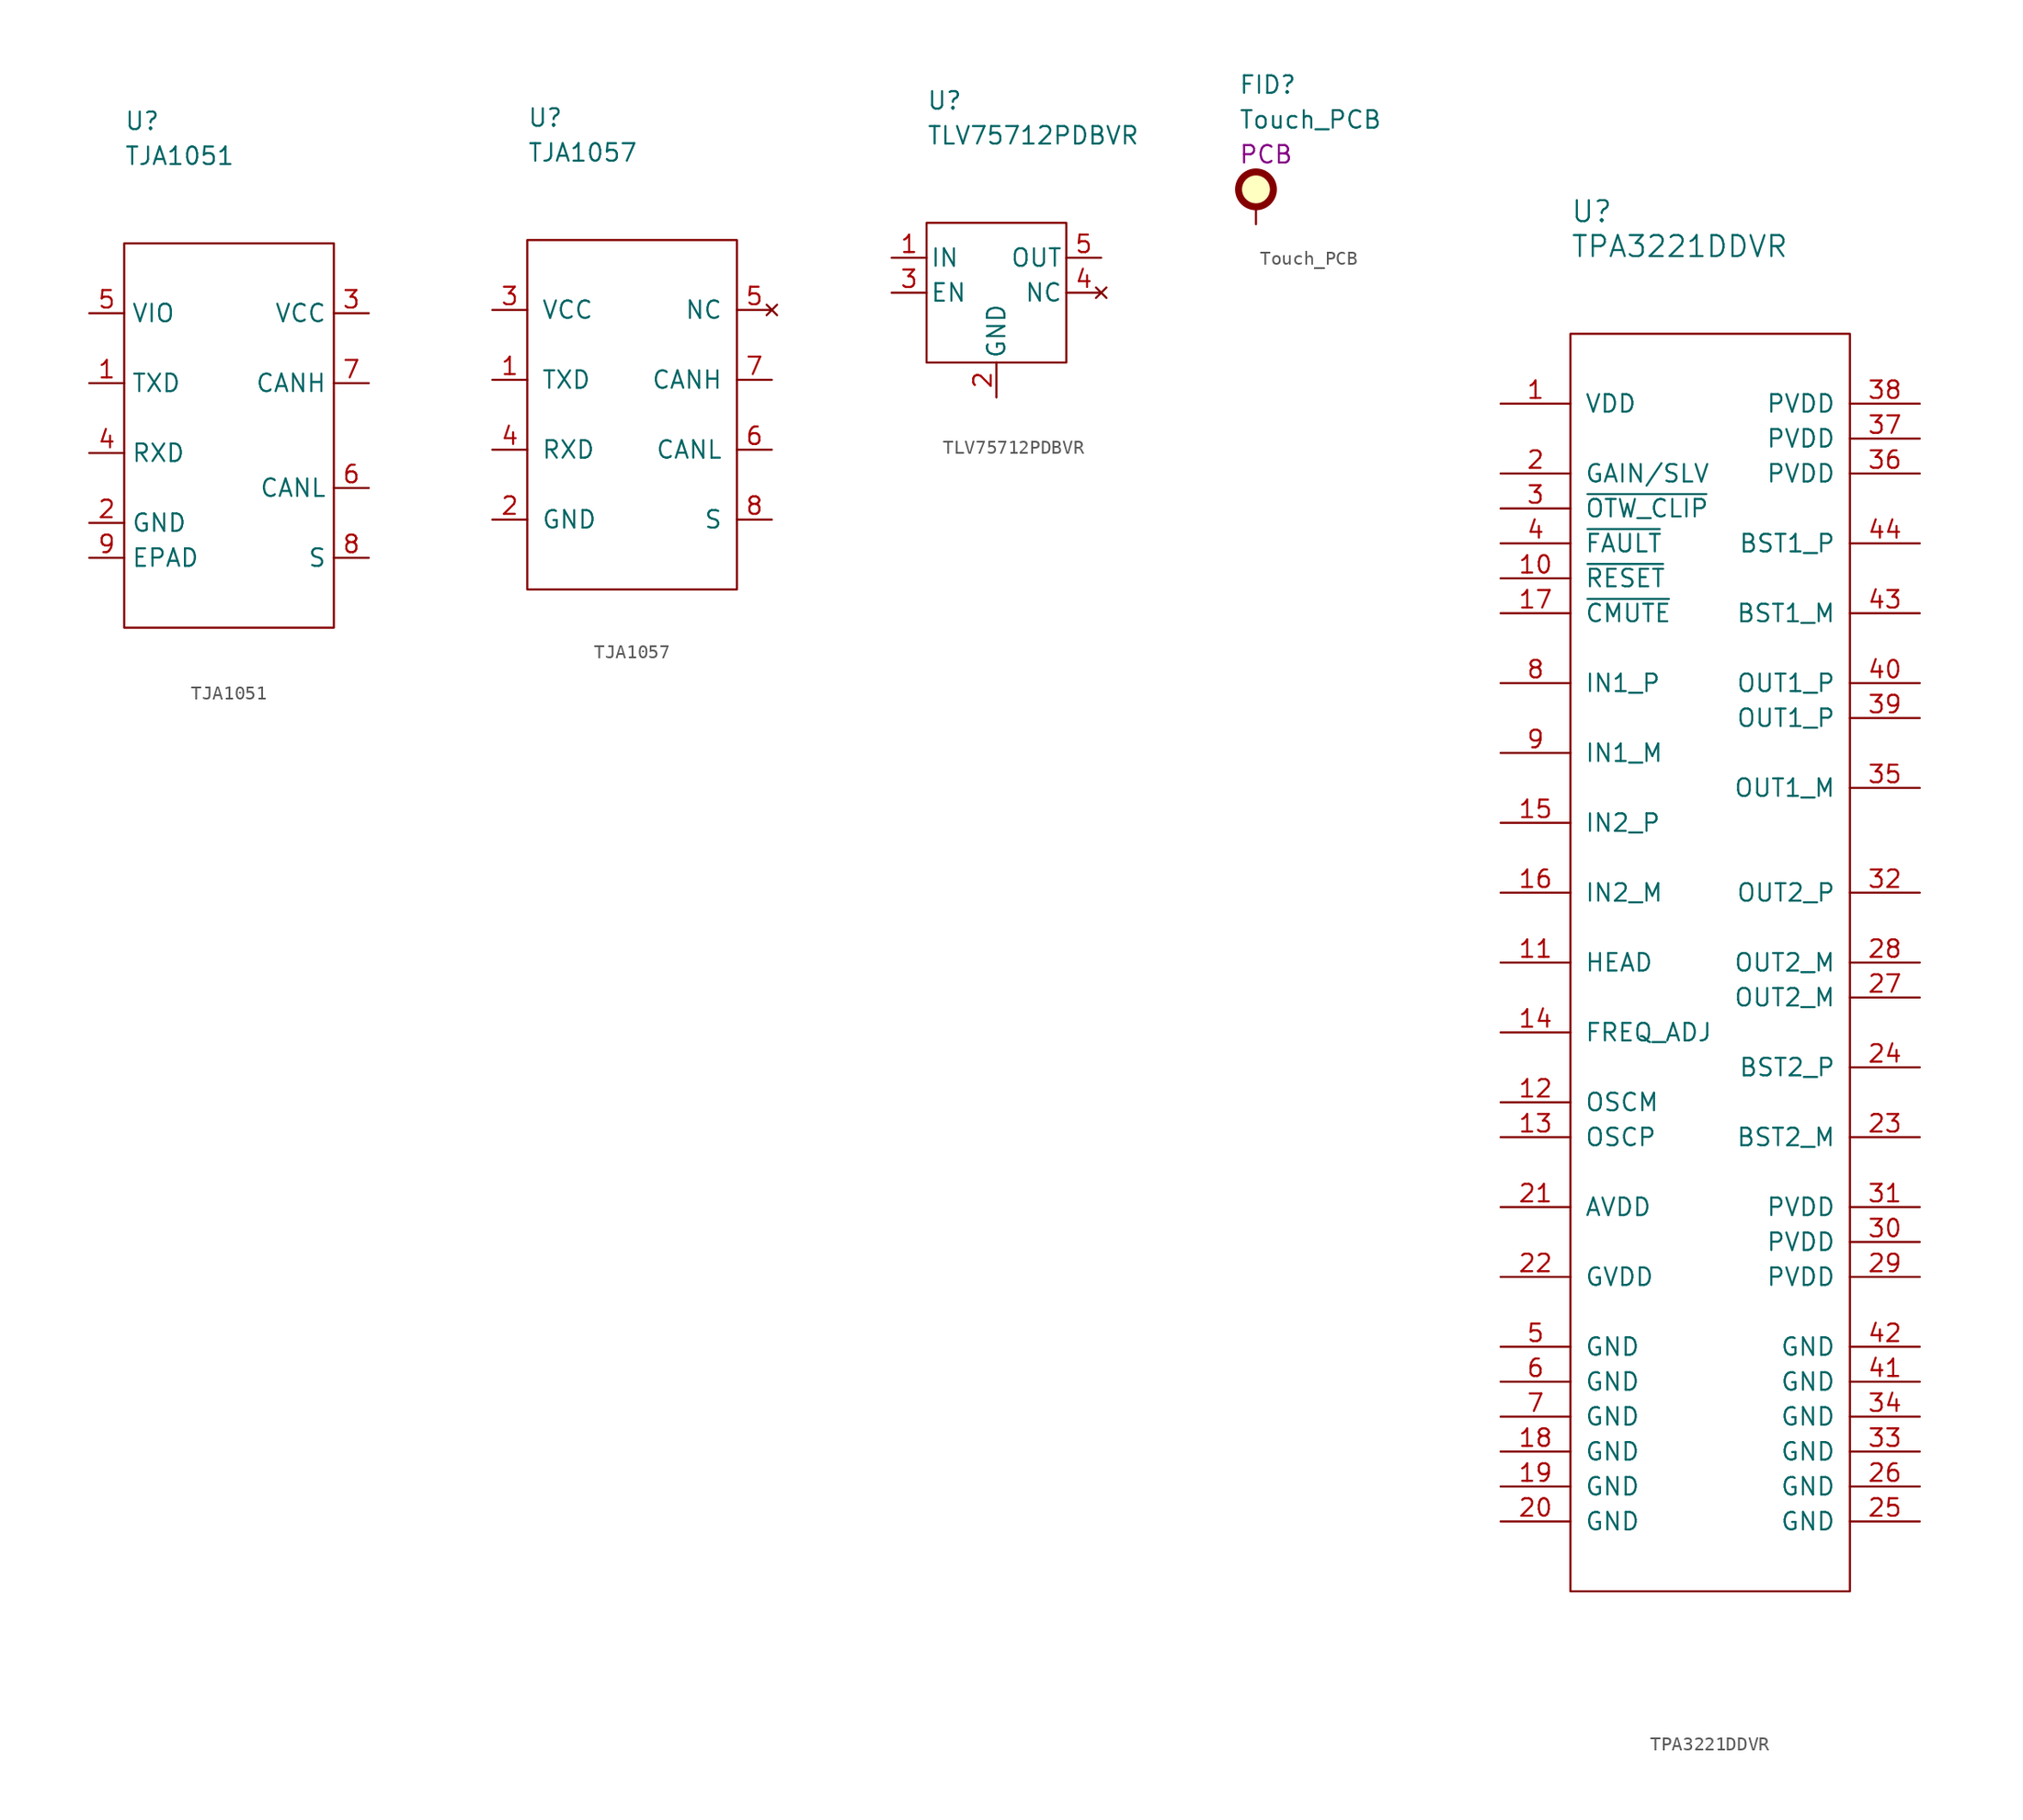
<source format=kicad_sym>
(kicad_symbol_lib
  (version 20211014)
  (generator kicad_symbol_editor)
  (symbol "TJA1051"
    (property "Reference" "U"
      (at 0 8.89 0)
      (effects (font (size 1.27 1.27)) (justify left)))
    (property "Value" "TJA1051"
      (at 0 6.35 0)
      (effects (font (size 1.27 1.27)) (justify left)))
    (symbol "TJA1051_0_1"
      (rectangle (start 0 0) (end 15.24 -27.94) (stroke (width 0) (type default) (color 0 0 0 0)) (fill (type none))))
    (symbol "TJA1051_1_1"
      (pin passive line (at -2.54 -10.16 0) (length 2.54) (name "TXD" (effects (font (size 1.27 1.27)))) (number "1" (effects (font (size 1.27 1.27)))))
      (pin passive line (at -2.54 -20.32 0) (length 2.54) (name "GND" (effects (font (size 1.27 1.27)))) (number "2" (effects (font (size 1.27 1.27)))))
      (pin passive line (at 17.78 -5.08 180) (length 2.54) (name "VCC" (effects (font (size 1.27 1.27)))) (number "3" (effects (font (size 1.27 1.27)))))
      (pin passive line (at -2.54 -15.24 0) (length 2.54) (name "RXD" (effects (font (size 1.27 1.27)))) (number "4" (effects (font (size 1.27 1.27)))))
      (pin passive line (at -2.54 -5.08 0) (length 2.54) (name "VIO" (effects (font (size 1.27 1.27)))) (number "5" (effects (font (size 1.27 1.27)))))
      (pin passive line (at 17.78 -17.78 180) (length 2.54) (name "CANL" (effects (font (size 1.27 1.27)))) (number "6" (effects (font (size 1.27 1.27)))))
      (pin passive line (at 17.78 -10.16 180) (length 2.54) (name "CANH" (effects (font (size 1.27 1.27)))) (number "7" (effects (font (size 1.27 1.27)))))
      (pin passive line (at 17.78 -22.86 180) (length 2.54) (name "S" (effects (font (size 1.27 1.27)))) (number "8" (effects (font (size 1.27 1.27)))))
      (pin passive line (at -2.54 -22.86 0) (length 2.54) (name "EPAD" (effects (font (size 1.27 1.27)))) (number "9" (effects (font (size 1.27 1.27)))))))
  (symbol "TJA1057"
    (pin_names
      (offset 1.016))
    (property "Reference" "U"
      (at 0 8.89 0)
      (effects (font (size 1.27 1.27)) (justify left)))
    (property "Value" "TJA1057"
      (at 0 6.35 0)
      (effects (font (size 1.27 1.27)) (justify left)))
    (symbol "TJA1057_0_1"
      (rectangle (start 0 0) (end 15.24 -25.4) (stroke (width 0.152) (type default) (color 0 0 0 0)) (fill (type none))))
    (symbol "TJA1057_1_1"
      (pin passive line (at -2.54 -10.16 0) (length 2.54) (name "TXD" (effects (font (size 1.27 1.27)))) (number "1" (effects (font (size 1.27 1.27)))))
      (pin passive line (at -2.54 -20.32 0) (length 2.54) (name "GND" (effects (font (size 1.27 1.27)))) (number "2" (effects (font (size 1.27 1.27)))))
      (pin passive line (at -2.54 -5.08 0) (length 2.54) (name "VCC" (effects (font (size 1.27 1.27)))) (number "3" (effects (font (size 1.27 1.27)))))
      (pin passive line (at -2.54 -15.24 0) (length 2.54) (name "RXD" (effects (font (size 1.27 1.27)))) (number "4" (effects (font (size 1.27 1.27)))))
      (pin no_connect line (at 17.78 -5.08 180) (length 2.54) (name "NC" (effects (font (size 1.27 1.27)))) (number "5" (effects (font (size 1.27 1.27)))))
      (pin passive line (at 17.78 -15.24 180) (length 2.54) (name "CANL" (effects (font (size 1.27 1.27)))) (number "6" (effects (font (size 1.27 1.27)))))
      (pin passive line (at 17.78 -10.16 180) (length 2.54) (name "CANH" (effects (font (size 1.27 1.27)))) (number "7" (effects (font (size 1.27 1.27)))))
      (pin passive line (at 17.78 -20.32 180) (length 2.54) (name "S" (effects (font (size 1.27 1.27)))) (number "8" (effects (font (size 1.27 1.27)))))))
  (symbol "TLV75712PDBVR"
    (pin_names
      (offset 0.254))
    (property "Reference" "U"
      (at 0 8.89 0)
      (effects (font (size 1.27 1.27)) (justify left)))
    (property "Value" "TLV75712PDBVR"
      (at 0 6.35 0)
      (effects (font (size 1.27 1.27)) (justify left)))
    (symbol "TLV75712PDBVR_0_1"
      (rectangle (start 0 0) (end 10.16 -10.16) (stroke (width 0.152) (type default) (color 0 0 0 0)) (fill (type none))))
    (symbol "TLV75712PDBVR_1_1"
      (pin passive line (at -2.54 -2.54 0) (length 2.54) (name "IN" (effects (font (size 1.27 1.27)))) (number "1" (effects (font (size 1.27 1.27)))))
      (pin passive line (at 5.08 -12.7 90) (length 2.54) (name "GND" (effects (font (size 1.27 1.27)))) (number "2" (effects (font (size 1.27 1.27)))))
      (pin passive line (at -2.54 -5.08 0) (length 2.54) (name "EN" (effects (font (size 1.27 1.27)))) (number "3" (effects (font (size 1.27 1.27)))))
      (pin no_connect line (at 12.7 -5.08 180) (length 2.54) (name "NC" (effects (font (size 1.27 1.27)))) (number "4" (effects (font (size 1.27 1.27)))))
      (pin passive line (at 12.7 -2.54 180) (length 2.54) (name "OUT" (effects (font (size 1.27 1.27)))) (number "5" (effects (font (size 1.27 1.27)))))))
  (symbol "Touch_PCB"
    (pin_numbers hide)
    (property "Reference" "FID"
      (at -1.27 7.62 0)
      (effects (font (size 1.27 1.27)) (justify left)))
    (property "Value" "Touch_PCB"
      (at -1.27 5.08 0)
      (effects (font (size 1.27 1.27)) (justify left)))
    (property "Category" "PCB"
      (at -1.27 2.54 0)
      (effects (font (size 1.27 1.27)) (justify left)))
    (symbol "Touch_PCB_0_1"
      (circle (center 0 0) (radius 1.27) (stroke (width 0.508) (type default) (color 0 0 0 0)) (fill (type background))))
    (symbol "Touch_PCB_1_1"
      (pin passive line (at 0 -2.54 90) (length 1.27) (name "~" (effects (font (size 1.27 1.27)))) (number "1" (effects (font (size 1.27 1.27)))))))
  (symbol "TPA3221DDVR"
    (pin_names
      (offset 1.016))
    (property "Reference" "U"
      (at 0 8.89 0)
      (effects (font (size 1.524 1.524)) (justify left)))
    (property "Value" "TPA3221DDVR"
      (at 0 6.35 0)
      (effects (font (size 1.524 1.524)) (justify left)))
    (symbol "TPA3221DDVR_1_1"
      (rectangle (start 0 0) (end 20.32 -91.44) (stroke (width 0) (type default) (color 0 0 0 0)) (fill (type none)))
      (pin passive line (at -5.08 -5.08 0) (length 5.08) (name "VDD" (effects (font (size 1.27 1.27)))) (number "1" (effects (font (size 1.27 1.27)))))
      (pin passive line (at -5.08 -17.78 0) (length 5.08) (name "~{RESET}" (effects (font (size 1.27 1.27)))) (number "10" (effects (font (size 1.27 1.27)))))
      (pin passive line (at -5.08 -45.72 0) (length 5.08) (name "HEAD" (effects (font (size 1.27 1.27)))) (number "11" (effects (font (size 1.27 1.27)))))
      (pin passive line (at -5.08 -55.88 0) (length 5.08) (name "OSCM" (effects (font (size 1.27 1.27)))) (number "12" (effects (font (size 1.27 1.27)))))
      (pin passive line (at -5.08 -58.42 0) (length 5.08) (name "OSCP" (effects (font (size 1.27 1.27)))) (number "13" (effects (font (size 1.27 1.27)))))
      (pin passive line (at -5.08 -50.8 0) (length 5.08) (name "FREQ_ADJ" (effects (font (size 1.27 1.27)))) (number "14" (effects (font (size 1.27 1.27)))))
      (pin passive line (at -5.08 -35.56 0) (length 5.08) (name "IN2_P" (effects (font (size 1.27 1.27)))) (number "15" (effects (font (size 1.27 1.27)))))
      (pin passive line (at -5.08 -40.64 0) (length 5.08) (name "IN2_M" (effects (font (size 1.27 1.27)))) (number "16" (effects (font (size 1.27 1.27)))))
      (pin passive line (at -5.08 -20.32 0) (length 5.08) (name "~{CMUTE}" (effects (font (size 1.27 1.27)))) (number "17" (effects (font (size 1.27 1.27)))))
      (pin passive line (at -5.08 -81.28 0) (length 5.08) (name "GND" (effects (font (size 1.27 1.27)))) (number "18" (effects (font (size 1.27 1.27)))))
      (pin passive line (at -5.08 -83.82 0) (length 5.08) (name "GND" (effects (font (size 1.27 1.27)))) (number "19" (effects (font (size 1.27 1.27)))))
      (pin passive line (at -5.08 -10.16 0) (length 5.08) (name "GAIN/SLV" (effects (font (size 1.27 1.27)))) (number "2" (effects (font (size 1.27 1.27)))))
      (pin passive line (at -5.08 -86.36 0) (length 5.08) (name "GND" (effects (font (size 1.27 1.27)))) (number "20" (effects (font (size 1.27 1.27)))))
      (pin passive line (at -5.08 -63.5 0) (length 5.08) (name "AVDD" (effects (font (size 1.27 1.27)))) (number "21" (effects (font (size 1.27 1.27)))))
      (pin passive line (at -5.08 -68.58 0) (length 5.08) (name "GVDD" (effects (font (size 1.27 1.27)))) (number "22" (effects (font (size 1.27 1.27)))))
      (pin passive line (at 25.4 -58.42 180) (length 5.08) (name "BST2_M" (effects (font (size 1.27 1.27)))) (number "23" (effects (font (size 1.27 1.27)))))
      (pin passive line (at 25.4 -53.34 180) (length 5.08) (name "BST2_P" (effects (font (size 1.27 1.27)))) (number "24" (effects (font (size 1.27 1.27)))))
      (pin passive line (at 25.4 -86.36 180) (length 5.08) (name "GND" (effects (font (size 1.27 1.27)))) (number "25" (effects (font (size 1.27 1.27)))))
      (pin passive line (at 25.4 -83.82 180) (length 5.08) (name "GND" (effects (font (size 1.27 1.27)))) (number "26" (effects (font (size 1.27 1.27)))))
      (pin passive line (at 25.4 -48.26 180) (length 5.08) (name "OUT2_M" (effects (font (size 1.27 1.27)))) (number "27" (effects (font (size 1.27 1.27)))))
      (pin passive line (at 25.4 -45.72 180) (length 5.08) (name "OUT2_M" (effects (font (size 1.27 1.27)))) (number "28" (effects (font (size 1.27 1.27)))))
      (pin passive line (at 25.4 -68.58 180) (length 5.08) (name "PVDD" (effects (font (size 1.27 1.27)))) (number "29" (effects (font (size 1.27 1.27)))))
      (pin passive line (at -5.08 -12.7 0) (length 5.08) (name "~{OTW_CLIP}" (effects (font (size 1.27 1.27)))) (number "3" (effects (font (size 1.27 1.27)))))
      (pin passive line (at 25.4 -66.04 180) (length 5.08) (name "PVDD" (effects (font (size 1.27 1.27)))) (number "30" (effects (font (size 1.27 1.27)))))
      (pin passive line (at 25.4 -63.5 180) (length 5.08) (name "PVDD" (effects (font (size 1.27 1.27)))) (number "31" (effects (font (size 1.27 1.27)))))
      (pin passive line (at 25.4 -40.64 180) (length 5.08) (name "OUT2_P" (effects (font (size 1.27 1.27)))) (number "32" (effects (font (size 1.27 1.27)))))
      (pin passive line (at 25.4 -81.28 180) (length 5.08) (name "GND" (effects (font (size 1.27 1.27)))) (number "33" (effects (font (size 1.27 1.27)))))
      (pin passive line (at 25.4 -78.74 180) (length 5.08) (name "GND" (effects (font (size 1.27 1.27)))) (number "34" (effects (font (size 1.27 1.27)))))
      (pin passive line (at 25.4 -33.02 180) (length 5.08) (name "OUT1_M" (effects (font (size 1.27 1.27)))) (number "35" (effects (font (size 1.27 1.27)))))
      (pin passive line (at 25.4 -10.16 180) (length 5.08) (name "PVDD" (effects (font (size 1.27 1.27)))) (number "36" (effects (font (size 1.27 1.27)))))
      (pin passive line (at 25.4 -7.62 180) (length 5.08) (name "PVDD" (effects (font (size 1.27 1.27)))) (number "37" (effects (font (size 1.27 1.27)))))
      (pin passive line (at 25.4 -5.08 180) (length 5.08) (name "PVDD" (effects (font (size 1.27 1.27)))) (number "38" (effects (font (size 1.27 1.27)))))
      (pin passive line (at 25.4 -27.94 180) (length 5.08) (name "OUT1_P" (effects (font (size 1.27 1.27)))) (number "39" (effects (font (size 1.27 1.27)))))
      (pin passive line (at -5.08 -15.24 0) (length 5.08) (name "~{FAULT}" (effects (font (size 1.27 1.27)))) (number "4" (effects (font (size 1.27 1.27)))))
      (pin passive line (at 25.4 -25.4 180) (length 5.08) (name "OUT1_P" (effects (font (size 1.27 1.27)))) (number "40" (effects (font (size 1.27 1.27)))))
      (pin passive line (at 25.4 -76.2 180) (length 5.08) (name "GND" (effects (font (size 1.27 1.27)))) (number "41" (effects (font (size 1.27 1.27)))))
      (pin passive line (at 25.4 -73.66 180) (length 5.08) (name "GND" (effects (font (size 1.27 1.27)))) (number "42" (effects (font (size 1.27 1.27)))))
      (pin passive line (at 25.4 -20.32 180) (length 5.08) (name "BST1_M" (effects (font (size 1.27 1.27)))) (number "43" (effects (font (size 1.27 1.27)))))
      (pin passive line (at 25.4 -15.24 180) (length 5.08) (name "BST1_P" (effects (font (size 1.27 1.27)))) (number "44" (effects (font (size 1.27 1.27)))))
      (pin passive line (at -5.08 -73.66 0) (length 5.08) (name "GND" (effects (font (size 1.27 1.27)))) (number "5" (effects (font (size 1.27 1.27)))))
      (pin passive line (at -5.08 -76.2 0) (length 5.08) (name "GND" (effects (font (size 1.27 1.27)))) (number "6" (effects (font (size 1.27 1.27)))))
      (pin passive line (at -5.08 -78.74 0) (length 5.08) (name "GND" (effects (font (size 1.27 1.27)))) (number "7" (effects (font (size 1.27 1.27)))))
      (pin passive line (at -5.08 -25.4 0) (length 5.08) (name "IN1_P" (effects (font (size 1.27 1.27)))) (number "8" (effects (font (size 1.27 1.27)))))
      (pin passive line (at -5.08 -30.48 0) (length 5.08) (name "IN1_M" (effects (font (size 1.27 1.27)))) (number "9" (effects (font (size 1.27 1.27))))))))
</source>
